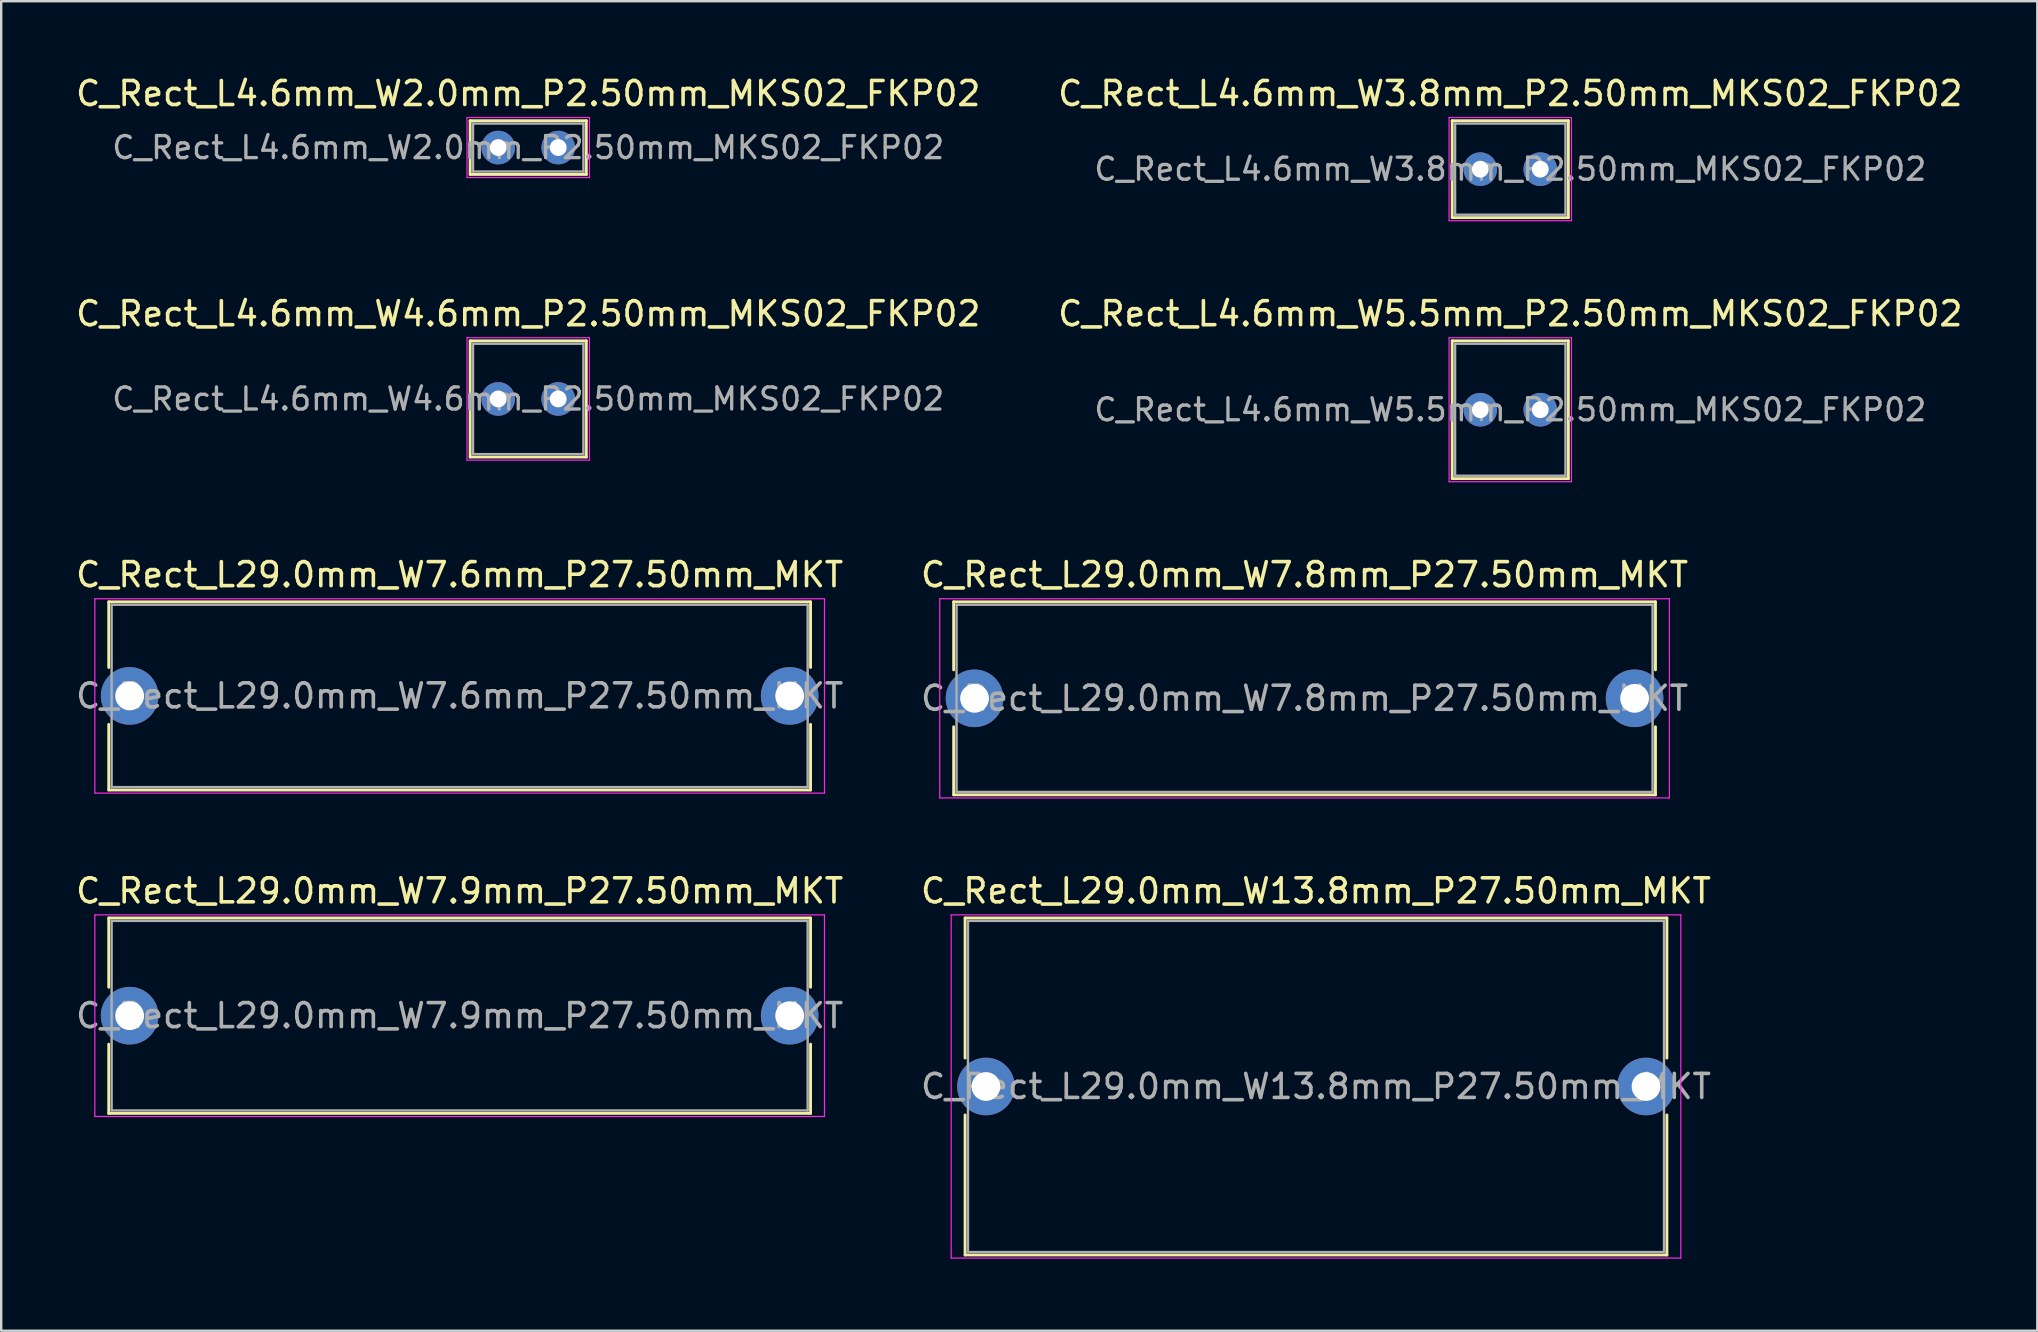
<source format=kicad_pcb>
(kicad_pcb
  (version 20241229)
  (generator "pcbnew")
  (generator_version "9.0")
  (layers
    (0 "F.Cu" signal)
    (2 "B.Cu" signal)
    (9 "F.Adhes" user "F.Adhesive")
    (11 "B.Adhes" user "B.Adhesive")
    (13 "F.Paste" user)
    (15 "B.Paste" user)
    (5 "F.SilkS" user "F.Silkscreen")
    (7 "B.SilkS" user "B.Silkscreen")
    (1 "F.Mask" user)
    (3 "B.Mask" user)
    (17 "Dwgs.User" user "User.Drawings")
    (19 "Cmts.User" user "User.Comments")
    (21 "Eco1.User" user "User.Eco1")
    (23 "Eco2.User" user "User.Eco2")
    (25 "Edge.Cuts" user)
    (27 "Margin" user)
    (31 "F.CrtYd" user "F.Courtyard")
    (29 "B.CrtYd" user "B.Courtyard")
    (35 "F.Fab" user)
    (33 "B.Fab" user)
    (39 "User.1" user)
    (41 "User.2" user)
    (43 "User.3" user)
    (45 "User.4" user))
  (footprint "C_Rect_L4.6mm_W4.6mm_P2.50mm_MKS02_FKP02"
    (layer "F.Cu")
    (at 17.708 13.572)
    (property "Reference" "C_Rect_L4.6mm_W4.6mm_P2.50mm_MKS02_FKP02" (at 1.25 -3.55 0) (layer "F.SilkS") (effects (font (size 1 1) (thickness 0.15))))
    (attr through_hole)
    (fp_line (start -1.17 -2.42) (end -1.17 2.42) (stroke (width 0.12) (type solid)) (layer "F.SilkS"))
    (fp_line (start -1.17 -2.42) (end 3.67 -2.42) (stroke (width 0.12) (type solid)) (layer "F.SilkS"))
    (fp_line (start -1.17 2.42) (end 3.67 2.42) (stroke (width 0.12) (type solid)) (layer "F.SilkS"))
    (fp_line (start 3.67 -2.42) (end 3.67 2.42) (stroke (width 0.12) (type solid)) (layer "F.SilkS"))
    (fp_line (start -1.3 -2.55) (end -1.3 2.55) (stroke (width 0.05) (type solid)) (layer "F.CrtYd"))
    (fp_line (start -1.3 2.55) (end 3.8 2.55) (stroke (width 0.05) (type solid)) (layer "F.CrtYd"))
    (fp_line (start 3.8 -2.55) (end -1.3 -2.55) (stroke (width 0.05) (type solid)) (layer "F.CrtYd"))
    (fp_line (start 3.8 2.55) (end 3.8 -2.55) (stroke (width 0.05) (type solid)) (layer "F.CrtYd"))
    (fp_line (start -1.05 -2.3) (end -1.05 2.3) (stroke (width 0.1) (type solid)) (layer "F.Fab"))
    (fp_line (start -1.05 2.3) (end 3.55 2.3) (stroke (width 0.1) (type solid)) (layer "F.Fab"))
    (fp_line (start 3.55 -2.3) (end -1.05 -2.3) (stroke (width 0.1) (type solid)) (layer "F.Fab"))
    (fp_line (start 3.55 2.3) (end 3.55 -2.3) (stroke (width 0.1) (type solid)) (layer "F.Fab"))
    (fp_text user "${REFERENCE}" (at 1.25 0 0) (layer "F.Fab") (effects (font (size 0.92 0.92) (thickness 0.138))))
    (pad "1" thru_hole circle (at 0 0) (size 1.4 1.4) (drill 0.7) (layers "*.Cu" "*.Mask"))
    (pad "2" thru_hole circle (at 2.5 0) (size 1.4 1.4) (drill 0.7) (layers "*.Cu" "*.Mask")))
  (footprint "C_Rect_L29.0mm_W7.9mm_P27.50mm_MKT"
    (layer "F.Cu")
    (at 2.351 39.268)
    (property "Reference" "C_Rect_L29.0mm_W7.9mm_P27.50mm_MKT" (at 13.75 -5.2 0) (layer "F.SilkS") (effects (font (size 1 1) (thickness 0.15))))
    (attr through_hole)
    (fp_line (start -0.87 -4.07) (end -0.87 -1.185) (stroke (width 0.12) (type solid)) (layer "F.SilkS"))
    (fp_line (start -0.87 -4.07) (end 28.37 -4.07) (stroke (width 0.12) (type solid)) (layer "F.SilkS"))
    (fp_line (start -0.87 1.185) (end -0.87 4.07) (stroke (width 0.12) (type solid)) (layer "F.SilkS"))
    (fp_line (start -0.87 4.07) (end 28.37 4.07) (stroke (width 0.12) (type solid)) (layer "F.SilkS"))
    (fp_line (start 28.37 -4.07) (end 28.37 -1.185) (stroke (width 0.12) (type solid)) (layer "F.SilkS"))
    (fp_line (start 28.37 1.185) (end 28.37 4.07) (stroke (width 0.12) (type solid)) (layer "F.SilkS"))
    (fp_line (start -1.45 -4.2) (end -1.45 4.2) (stroke (width 0.05) (type solid)) (layer "F.CrtYd"))
    (fp_line (start -1.45 4.2) (end 28.95 4.2) (stroke (width 0.05) (type solid)) (layer "F.CrtYd"))
    (fp_line (start 28.95 -4.2) (end -1.45 -4.2) (stroke (width 0.05) (type solid)) (layer "F.CrtYd"))
    (fp_line (start 28.95 4.2) (end 28.95 -4.2) (stroke (width 0.05) (type solid)) (layer "F.CrtYd"))
    (fp_line (start -0.75 -3.95) (end -0.75 3.95) (stroke (width 0.1) (type solid)) (layer "F.Fab"))
    (fp_line (start -0.75 3.95) (end 28.25 3.95) (stroke (width 0.1) (type solid)) (layer "F.Fab"))
    (fp_line (start 28.25 -3.95) (end -0.75 -3.95) (stroke (width 0.1) (type solid)) (layer "F.Fab"))
    (fp_line (start 28.25 3.95) (end 28.25 -3.95) (stroke (width 0.1) (type solid)) (layer "F.Fab"))
    (fp_text user "${REFERENCE}" (at 13.75 0 0) (layer "F.Fab") (effects (font (size 1 1) (thickness 0.15))))
    (pad "1" thru_hole circle (at 0 0) (size 2.4 2.4) (drill 1.2) (layers "*.Cu" "*.Mask"))
    (pad "2" thru_hole circle (at 27.5 0) (size 2.4 2.4) (drill 1.2) (layers "*.Cu" "*.Mask")))
  (footprint "C_Rect_L29.0mm_W7.8mm_P27.50mm_MKT"
    (layer "F.Cu")
    (at 37.554 26.045)
    (property "Reference" "C_Rect_L29.0mm_W7.8mm_P27.50mm_MKT" (at 13.75 -5.15 0) (layer "F.SilkS") (effects (font (size 1 1) (thickness 0.15))))
    (attr through_hole)
    (fp_line (start -0.87 -4.02) (end -0.87 -1.185) (stroke (width 0.12) (type solid)) (layer "F.SilkS"))
    (fp_line (start -0.87 -4.02) (end 28.37 -4.02) (stroke (width 0.12) (type solid)) (layer "F.SilkS"))
    (fp_line (start -0.87 1.185) (end -0.87 4.02) (stroke (width 0.12) (type solid)) (layer "F.SilkS"))
    (fp_line (start -0.87 4.02) (end 28.37 4.02) (stroke (width 0.12) (type solid)) (layer "F.SilkS"))
    (fp_line (start 28.37 -4.02) (end 28.37 -1.185) (stroke (width 0.12) (type solid)) (layer "F.SilkS"))
    (fp_line (start 28.37 1.185) (end 28.37 4.02) (stroke (width 0.12) (type solid)) (layer "F.SilkS"))
    (fp_line (start -1.45 -4.15) (end -1.45 4.15) (stroke (width 0.05) (type solid)) (layer "F.CrtYd"))
    (fp_line (start -1.45 4.15) (end 28.95 4.15) (stroke (width 0.05) (type solid)) (layer "F.CrtYd"))
    (fp_line (start 28.95 -4.15) (end -1.45 -4.15) (stroke (width 0.05) (type solid)) (layer "F.CrtYd"))
    (fp_line (start 28.95 4.15) (end 28.95 -4.15) (stroke (width 0.05) (type solid)) (layer "F.CrtYd"))
    (fp_line (start -0.75 -3.9) (end -0.75 3.9) (stroke (width 0.1) (type solid)) (layer "F.Fab"))
    (fp_line (start -0.75 3.9) (end 28.25 3.9) (stroke (width 0.1) (type solid)) (layer "F.Fab"))
    (fp_line (start 28.25 -3.9) (end -0.75 -3.9) (stroke (width 0.1) (type solid)) (layer "F.Fab"))
    (fp_line (start 28.25 3.9) (end 28.25 -3.9) (stroke (width 0.1) (type solid)) (layer "F.Fab"))
    (fp_text user "${REFERENCE}" (at 13.75 0 0) (layer "F.Fab") (effects (font (size 1 1) (thickness 0.15))))
    (pad "1" thru_hole circle (at 0 0) (size 2.4 2.4) (drill 1.2) (layers "*.Cu" "*.Mask"))
    (pad "2" thru_hole circle (at 27.5 0) (size 2.4 2.4) (drill 1.2) (layers "*.Cu" "*.Mask")))
  (footprint "C_Rect_L29.0mm_W13.8mm_P27.50mm_MKT"
    (layer "F.Cu")
    (at 38.03 42.218)
    (property "Reference" "C_Rect_L29.0mm_W13.8mm_P27.50mm_MKT" (at 13.75 -8.15 0) (layer "F.SilkS") (effects (font (size 1 1) (thickness 0.15))))
    (attr through_hole)
    (fp_line (start -0.87 -7.02) (end -0.87 -1.185) (stroke (width 0.12) (type solid)) (layer "F.SilkS"))
    (fp_line (start -0.87 -7.02) (end 28.37 -7.02) (stroke (width 0.12) (type solid)) (layer "F.SilkS"))
    (fp_line (start -0.87 1.185) (end -0.87 7.02) (stroke (width 0.12) (type solid)) (layer "F.SilkS"))
    (fp_line (start -0.87 7.02) (end 28.37 7.02) (stroke (width 0.12) (type solid)) (layer "F.SilkS"))
    (fp_line (start 28.37 -7.02) (end 28.37 -1.185) (stroke (width 0.12) (type solid)) (layer "F.SilkS"))
    (fp_line (start 28.37 1.185) (end 28.37 7.02) (stroke (width 0.12) (type solid)) (layer "F.SilkS"))
    (fp_line (start -1.45 -7.15) (end -1.45 7.15) (stroke (width 0.05) (type solid)) (layer "F.CrtYd"))
    (fp_line (start -1.45 7.15) (end 28.95 7.15) (stroke (width 0.05) (type solid)) (layer "F.CrtYd"))
    (fp_line (start 28.95 -7.15) (end -1.45 -7.15) (stroke (width 0.05) (type solid)) (layer "F.CrtYd"))
    (fp_line (start 28.95 7.15) (end 28.95 -7.15) (stroke (width 0.05) (type solid)) (layer "F.CrtYd"))
    (fp_line (start -0.75 -6.9) (end -0.75 6.9) (stroke (width 0.1) (type solid)) (layer "F.Fab"))
    (fp_line (start -0.75 6.9) (end 28.25 6.9) (stroke (width 0.1) (type solid)) (layer "F.Fab"))
    (fp_line (start 28.25 -6.9) (end -0.75 -6.9) (stroke (width 0.1) (type solid)) (layer "F.Fab"))
    (fp_line (start 28.25 6.9) (end 28.25 -6.9) (stroke (width 0.1) (type solid)) (layer "F.Fab"))
    (fp_text user "${REFERENCE}" (at 13.75 0 0) (layer "F.Fab") (effects (font (size 1 1) (thickness 0.15))))
    (pad "1" thru_hole circle (at 0 0) (size 2.4 2.4) (drill 1.2) (layers "*.Cu" "*.Mask"))
    (pad "2" thru_hole circle (at 27.5 0) (size 2.4 2.4) (drill 1.2) (layers "*.Cu" "*.Mask")))
  (footprint "C_Rect_L29.0mm_W7.6mm_P27.50mm_MKT"
    (layer "F.Cu")
    (at 2.351 25.945)
    (property "Reference" "C_Rect_L29.0mm_W7.6mm_P27.50mm_MKT" (at 13.75 -5.05 0) (layer "F.SilkS") (effects (font (size 1 1) (thickness 0.15))))
    (attr through_hole)
    (fp_line (start -0.87 -3.92) (end -0.87 -1.185) (stroke (width 0.12) (type solid)) (layer "F.SilkS"))
    (fp_line (start -0.87 -3.92) (end 28.37 -3.92) (stroke (width 0.12) (type solid)) (layer "F.SilkS"))
    (fp_line (start -0.87 1.185) (end -0.87 3.92) (stroke (width 0.12) (type solid)) (layer "F.SilkS"))
    (fp_line (start -0.87 3.92) (end 28.37 3.92) (stroke (width 0.12) (type solid)) (layer "F.SilkS"))
    (fp_line (start 28.37 -3.92) (end 28.37 -1.185) (stroke (width 0.12) (type solid)) (layer "F.SilkS"))
    (fp_line (start 28.37 1.185) (end 28.37 3.92) (stroke (width 0.12) (type solid)) (layer "F.SilkS"))
    (fp_line (start -1.45 -4.05) (end -1.45 4.05) (stroke (width 0.05) (type solid)) (layer "F.CrtYd"))
    (fp_line (start -1.45 4.05) (end 28.95 4.05) (stroke (width 0.05) (type solid)) (layer "F.CrtYd"))
    (fp_line (start 28.95 -4.05) (end -1.45 -4.05) (stroke (width 0.05) (type solid)) (layer "F.CrtYd"))
    (fp_line (start 28.95 4.05) (end 28.95 -4.05) (stroke (width 0.05) (type solid)) (layer "F.CrtYd"))
    (fp_line (start -0.75 -3.8) (end -0.75 3.8) (stroke (width 0.1) (type solid)) (layer "F.Fab"))
    (fp_line (start -0.75 3.8) (end 28.25 3.8) (stroke (width 0.1) (type solid)) (layer "F.Fab"))
    (fp_line (start 28.25 -3.8) (end -0.75 -3.8) (stroke (width 0.1) (type solid)) (layer "F.Fab"))
    (fp_line (start 28.25 3.8) (end 28.25 -3.8) (stroke (width 0.1) (type solid)) (layer "F.Fab"))
    (fp_text user "${REFERENCE}" (at 13.75 0 0) (layer "F.Fab") (effects (font (size 1 1) (thickness 0.15))))
    (pad "1" thru_hole circle (at 0 0) (size 2.4 2.4) (drill 1.2) (layers "*.Cu" "*.Mask"))
    (pad "2" thru_hole circle (at 27.5 0) (size 2.4 2.4) (drill 1.2) (layers "*.Cu" "*.Mask")))
  (footprint "C_Rect_L4.6mm_W2.0mm_P2.50mm_MKS02_FKP02"
    (layer "F.Cu")
    (at 17.708 3.098)
    (property "Reference" "C_Rect_L4.6mm_W2.0mm_P2.50mm_MKS02_FKP02" (at 1.25 -2.25 0) (layer "F.SilkS") (effects (font (size 1 1) (thickness 0.15))))
    (attr through_hole)
    (fp_line (start -1.17 -1.12) (end -1.17 1.12) (stroke (width 0.12) (type solid)) (layer "F.SilkS"))
    (fp_line (start -1.17 -1.12) (end 3.67 -1.12) (stroke (width 0.12) (type solid)) (layer "F.SilkS"))
    (fp_line (start -1.17 1.12) (end 3.67 1.12) (stroke (width 0.12) (type solid)) (layer "F.SilkS"))
    (fp_line (start 3.67 -1.12) (end 3.67 1.12) (stroke (width 0.12) (type solid)) (layer "F.SilkS"))
    (fp_line (start -1.3 -1.25) (end -1.3 1.25) (stroke (width 0.05) (type solid)) (layer "F.CrtYd"))
    (fp_line (start -1.3 1.25) (end 3.8 1.25) (stroke (width 0.05) (type solid)) (layer "F.CrtYd"))
    (fp_line (start 3.8 -1.25) (end -1.3 -1.25) (stroke (width 0.05) (type solid)) (layer "F.CrtYd"))
    (fp_line (start 3.8 1.25) (end 3.8 -1.25) (stroke (width 0.05) (type solid)) (layer "F.CrtYd"))
    (fp_line (start -1.05 -1) (end -1.05 1) (stroke (width 0.1) (type solid)) (layer "F.Fab"))
    (fp_line (start -1.05 1) (end 3.55 1) (stroke (width 0.1) (type solid)) (layer "F.Fab"))
    (fp_line (start 3.55 -1) (end -1.05 -1) (stroke (width 0.1) (type solid)) (layer "F.Fab"))
    (fp_line (start 3.55 1) (end 3.55 -1) (stroke (width 0.1) (type solid)) (layer "F.Fab"))
    (fp_text user "${REFERENCE}" (at 1.25 0 0) (layer "F.Fab") (effects (font (size 0.92 0.92) (thickness 0.138))))
    (pad "1" thru_hole circle (at 0 0) (size 1.4 1.4) (drill 0.7) (layers "*.Cu" "*.Mask"))
    (pad "2" thru_hole circle (at 2.5 0) (size 1.4 1.4) (drill 0.7) (layers "*.Cu" "*.Mask")))
  (footprint "C_Rect_L4.6mm_W3.8mm_P2.50mm_MKS02_FKP02"
    (layer "F.Cu")
    (at 58.625 3.998)
    (property "Reference" "C_Rect_L4.6mm_W3.8mm_P2.50mm_MKS02_FKP02" (at 1.25 -3.15 0) (layer "F.SilkS") (effects (font (size 1 1) (thickness 0.15))))
    (attr through_hole)
    (fp_line (start -1.17 -2.02) (end -1.17 2.02) (stroke (width 0.12) (type solid)) (layer "F.SilkS"))
    (fp_line (start -1.17 -2.02) (end 3.67 -2.02) (stroke (width 0.12) (type solid)) (layer "F.SilkS"))
    (fp_line (start -1.17 2.02) (end 3.67 2.02) (stroke (width 0.12) (type solid)) (layer "F.SilkS"))
    (fp_line (start 3.67 -2.02) (end 3.67 2.02) (stroke (width 0.12) (type solid)) (layer "F.SilkS"))
    (fp_line (start -1.3 -2.15) (end -1.3 2.15) (stroke (width 0.05) (type solid)) (layer "F.CrtYd"))
    (fp_line (start -1.3 2.15) (end 3.8 2.15) (stroke (width 0.05) (type solid)) (layer "F.CrtYd"))
    (fp_line (start 3.8 -2.15) (end -1.3 -2.15) (stroke (width 0.05) (type solid)) (layer "F.CrtYd"))
    (fp_line (start 3.8 2.15) (end 3.8 -2.15) (stroke (width 0.05) (type solid)) (layer "F.CrtYd"))
    (fp_line (start -1.05 -1.9) (end -1.05 1.9) (stroke (width 0.1) (type solid)) (layer "F.Fab"))
    (fp_line (start -1.05 1.9) (end 3.55 1.9) (stroke (width 0.1) (type solid)) (layer "F.Fab"))
    (fp_line (start 3.55 -1.9) (end -1.05 -1.9) (stroke (width 0.1) (type solid)) (layer "F.Fab"))
    (fp_line (start 3.55 1.9) (end 3.55 -1.9) (stroke (width 0.1) (type solid)) (layer "F.Fab"))
    (fp_text user "${REFERENCE}" (at 1.25 0 0) (layer "F.Fab") (effects (font (size 0.92 0.92) (thickness 0.138))))
    (pad "1" thru_hole circle (at 0 0) (size 1.4 1.4) (drill 0.7) (layers "*.Cu" "*.Mask"))
    (pad "2" thru_hole circle (at 2.5 0) (size 1.4 1.4) (drill 0.7) (layers "*.Cu" "*.Mask")))
  (footprint "C_Rect_L4.6mm_W5.5mm_P2.50mm_MKS02_FKP02"
    (layer "F.Cu")
    (at 58.625 14.021)
    (property "Reference" "C_Rect_L4.6mm_W5.5mm_P2.50mm_MKS02_FKP02" (at 1.25 -4 0) (layer "F.SilkS") (effects (font (size 1 1) (thickness 0.15))))
    (attr through_hole)
    (fp_line (start -1.17 -2.87) (end -1.17 2.87) (stroke (width 0.12) (type solid)) (layer "F.SilkS"))
    (fp_line (start -1.17 -2.87) (end 3.67 -2.87) (stroke (width 0.12) (type solid)) (layer "F.SilkS"))
    (fp_line (start -1.17 2.87) (end 3.67 2.87) (stroke (width 0.12) (type solid)) (layer "F.SilkS"))
    (fp_line (start 3.67 -2.87) (end 3.67 2.87) (stroke (width 0.12) (type solid)) (layer "F.SilkS"))
    (fp_line (start -1.3 -3) (end -1.3 3) (stroke (width 0.05) (type solid)) (layer "F.CrtYd"))
    (fp_line (start -1.3 3) (end 3.8 3) (stroke (width 0.05) (type solid)) (layer "F.CrtYd"))
    (fp_line (start 3.8 -3) (end -1.3 -3) (stroke (width 0.05) (type solid)) (layer "F.CrtYd"))
    (fp_line (start 3.8 3) (end 3.8 -3) (stroke (width 0.05) (type solid)) (layer "F.CrtYd"))
    (fp_line (start -1.05 -2.75) (end -1.05 2.75) (stroke (width 0.1) (type solid)) (layer "F.Fab"))
    (fp_line (start -1.05 2.75) (end 3.55 2.75) (stroke (width 0.1) (type solid)) (layer "F.Fab"))
    (fp_line (start 3.55 -2.75) (end -1.05 -2.75) (stroke (width 0.1) (type solid)) (layer "F.Fab"))
    (fp_line (start 3.55 2.75) (end 3.55 -2.75) (stroke (width 0.1) (type solid)) (layer "F.Fab"))
    (fp_text user "${REFERENCE}" (at 1.25 0 0) (layer "F.Fab") (effects (font (size 0.92 0.92) (thickness 0.138))))
    (pad "1" thru_hole circle (at 0 0) (size 1.4 1.4) (drill 0.7) (layers "*.Cu" "*.Mask"))
    (pad "2" thru_hole circle (at 2.5 0) (size 1.4 1.4) (drill 0.7) (layers "*.Cu" "*.Mask")))
  (gr_rect
    (start -3 -3)
    (end 81.833 52.393)
    (stroke (width 0.1) (type default))
    (fill no)
    (layer "Edge.Cuts")))
</source>
